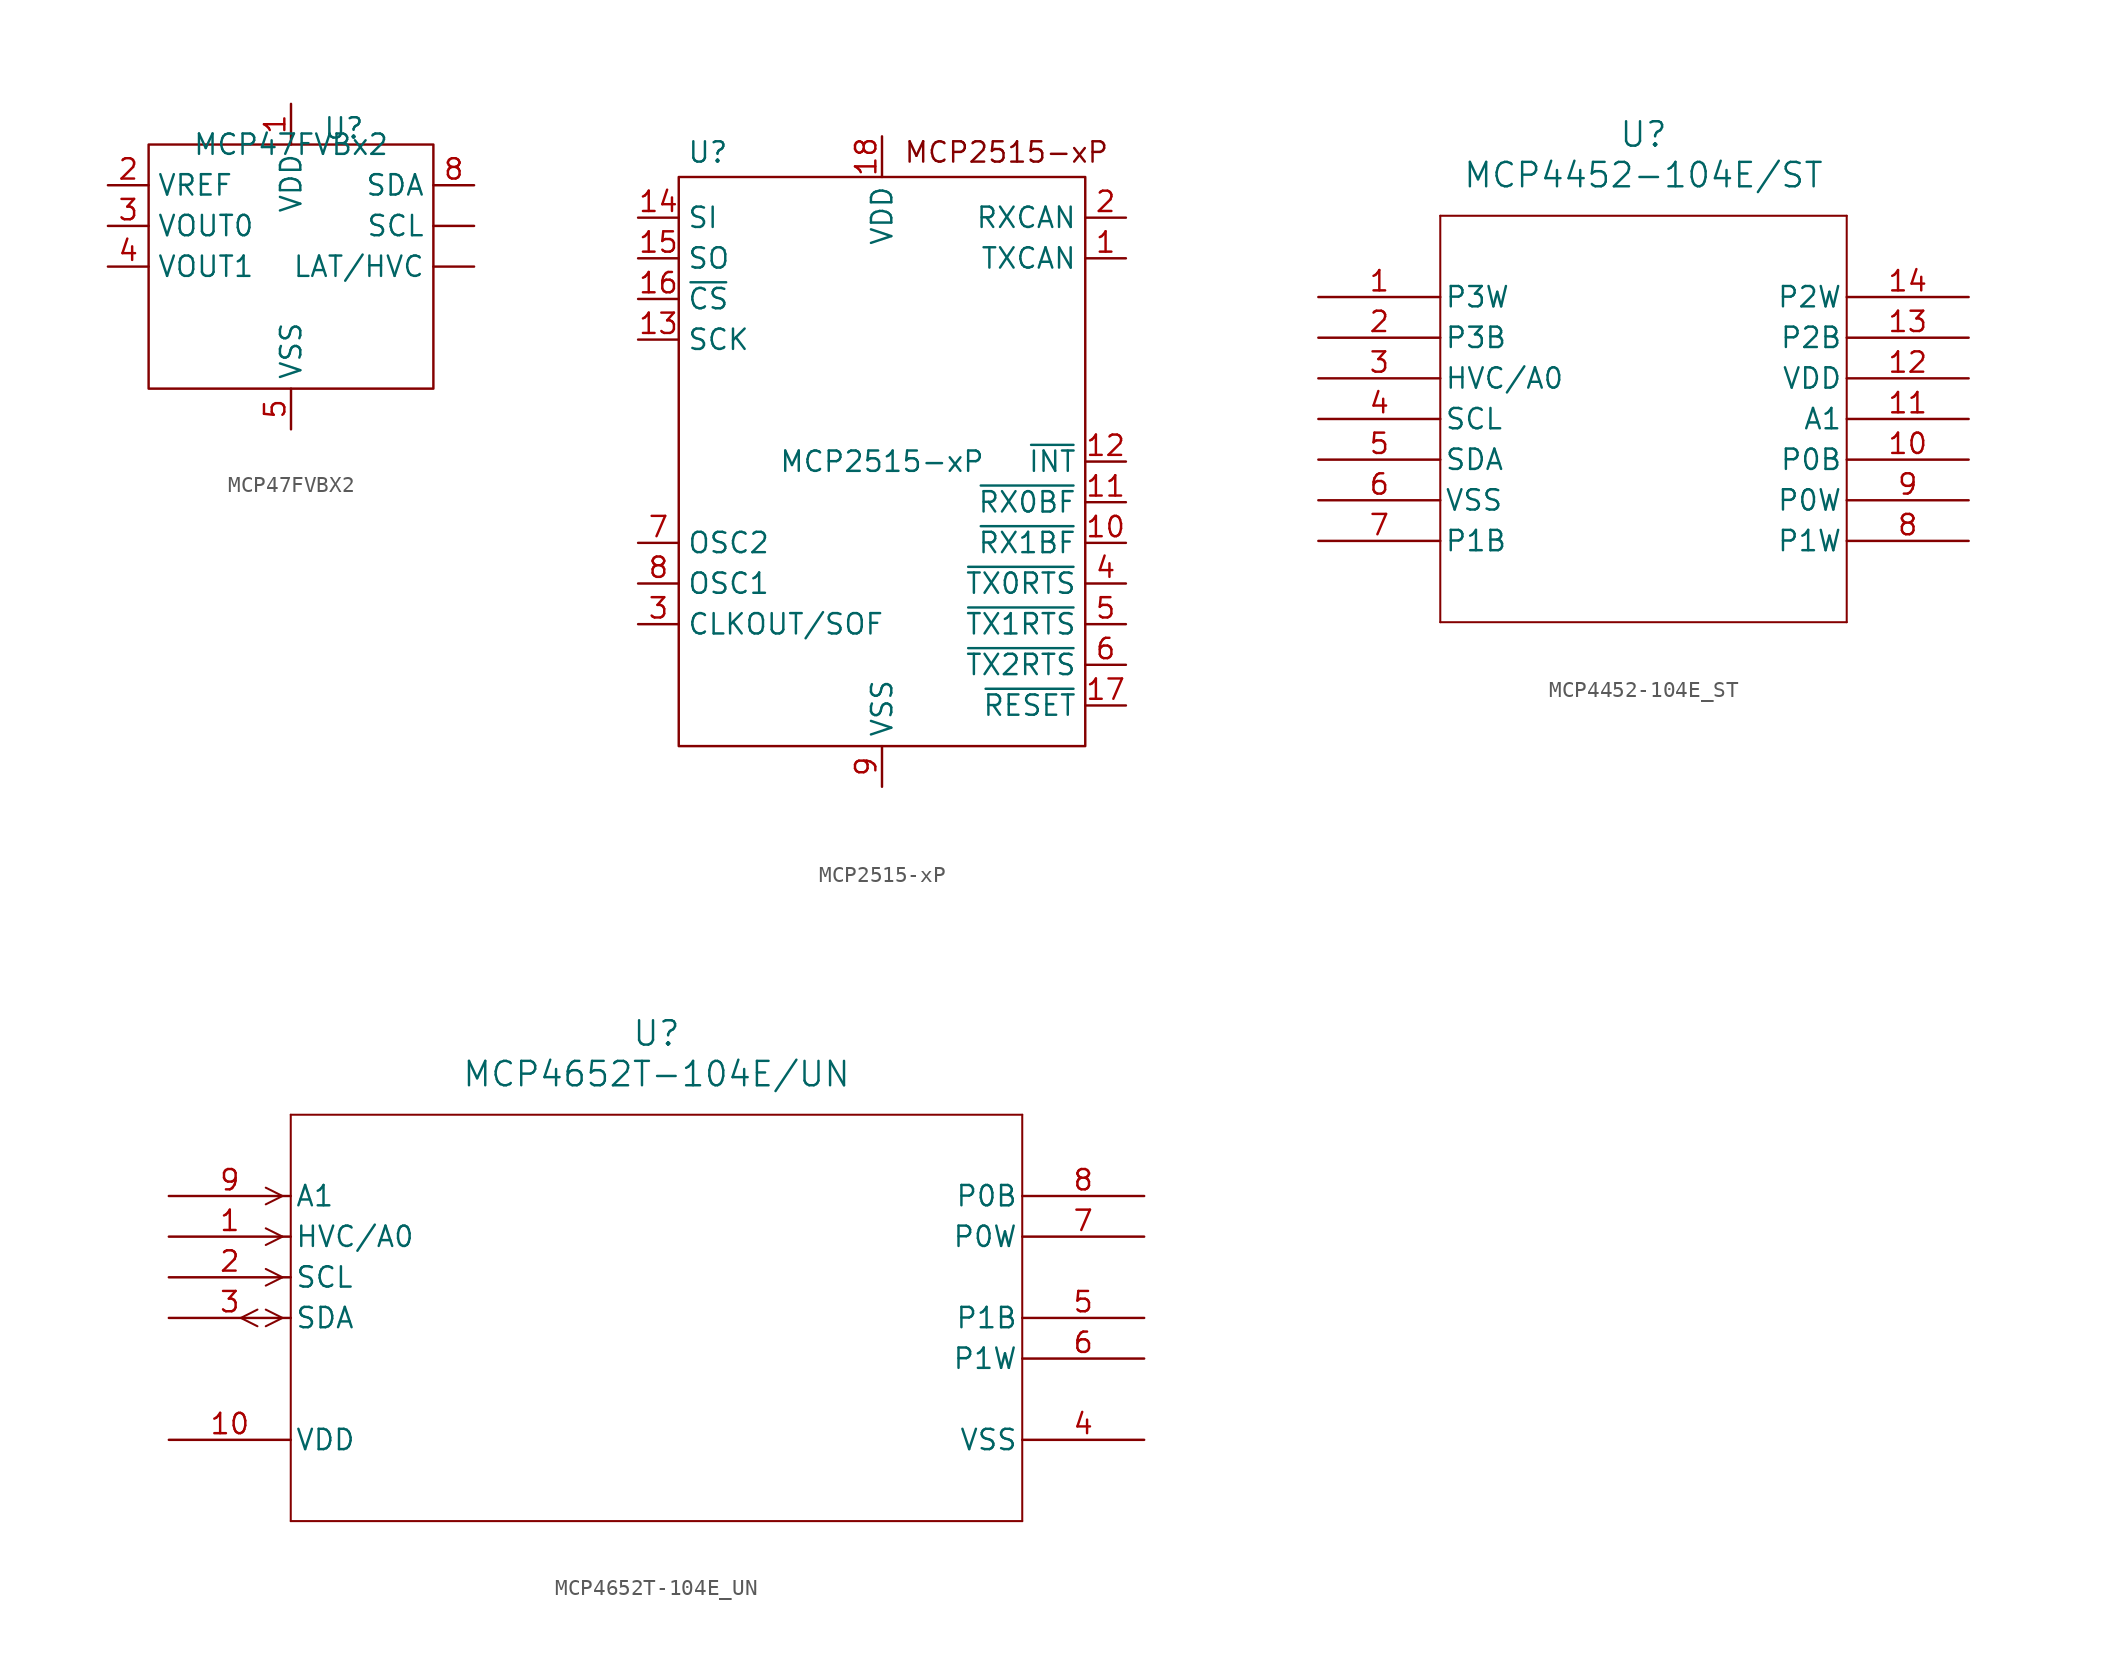
<source format=kicad_sym>
(kicad_symbol_lib
  (version 20241209)
  (generator "kicad_symbol_editor")
  (generator_version "9.0")
  (symbol "MCP47FVBX2"
    (property "Reference" "U"
      (at 3.302 1.016 0)
      (effects (font (size 1.27 1.27))))
    (property "Value" "MCP47FVBx2"
      (at 0 0 0)
      (effects (font (size 1.27 1.27))))
    (symbol "MCP47FVBX2_0_1"
      (rectangle (start -8.89 0) (end 8.89 -15.24) (stroke (width 0) (type default)) (fill (type none))))
    (symbol "MCP47FVBX2_1_1"
      (pin input line (at -11.43 -2.54 0) (length 2.54) (name "VREF" (effects (font (size 1.27 1.27)))) (number "2" (effects (font (size 1.27 1.27)))))
      (pin output line (at -11.43 -5.08 0) (length 2.54) (name "VOUT0" (effects (font (size 1.27 1.27)))) (number "3" (effects (font (size 1.27 1.27)))))
      (pin output line (at -11.43 -7.62 0) (length 2.54) (name "VOUT1" (effects (font (size 1.27 1.27)))) (number "4" (effects (font (size 1.27 1.27)))))
      (pin power_in line (at 0 2.54 270) (length 2.54) (name "VDD" (effects (font (size 1.27 1.27)))) (number "1" (effects (font (size 1.27 1.27)))))
      (pin power_in line (at 0 -17.78 90) (length 2.54) (name "VSS" (effects (font (size 1.27 1.27)))) (number "5" (effects (font (size 1.27 1.27)))))
      (pin bidirectional line (at 11.43 -2.54 180) (length 2.54) (name "SDA" (effects (font (size 1.27 1.27)))) (number "8" (effects (font (size 1.27 1.27)))))
      (pin input line (at 11.43 -5.08 180) (length 2.54) (name "SCL" (effects (font (size 1.27 1.27)))) (number "" (effects (font (size 1.27 1.27)))))
      (pin input line (at 11.43 -7.62 180) (length 2.54) (name "LAT/HVC" (effects (font (size 1.27 1.27)))) (number "" (effects (font (size 1.27 1.27)))))))
  (symbol "MCP2515-xP"
    (property "Reference" "U"
      (at -12.192 20.066 0)
      (effects (font (size 1.27 1.27)) (justify left top)))
    (property "Value" "MCP2515-xP"
      (at 0 0 0)
      (effects (font (size 1.27 1.27))))
    (symbol "MCP2515-xP_0_1"
      (rectangle (start -12.7 17.78) (end 12.7 -17.78) (stroke (width 0) (type default)) (fill (type none))))
    (symbol "MCP2515-xP_1_1"
      (text "MCP2515-xP" (at 14.224 20.066 0) (effects (font (size 1.27 1.27)) (justify right top)))
      (pin input line (at -15.24 15.24 0) (length 2.54) (name "SI" (effects (font (size 1.27 1.27)))) (number "14" (effects (font (size 1.27 1.27)))))
      (pin output line (at -15.24 12.7 0) (length 2.54) (name "SO" (effects (font (size 1.27 1.27)))) (number "15" (effects (font (size 1.27 1.27)))))
      (pin input line (at -15.24 10.16 0) (length 2.54) (name "~{CS}" (effects (font (size 1.27 1.27)))) (number "16" (effects (font (size 1.27 1.27)))))
      (pin input line (at -15.24 7.62 0) (length 2.54) (name "SCK" (effects (font (size 1.27 1.27)))) (number "13" (effects (font (size 1.27 1.27)))))
      (pin output line (at -15.24 -5.08 0) (length 2.54) (name "OSC2" (effects (font (size 1.27 1.27)))) (number "7" (effects (font (size 1.27 1.27)))))
      (pin input line (at -15.24 -7.62 0) (length 2.54) (name "OSC1" (effects (font (size 1.27 1.27)))) (number "8" (effects (font (size 1.27 1.27)))))
      (pin output line (at -15.24 -10.16 0) (length 2.54) (name "CLKOUT/SOF" (effects (font (size 1.27 1.27)))) (number "3" (effects (font (size 1.27 1.27)))))
      (pin power_in line (at 0 20.32 270) (length 2.54) (name "VDD" (effects (font (size 1.27 1.27)))) (number "18" (effects (font (size 1.27 1.27)))))
      (pin power_in line (at 0 -20.32 90) (length 2.54) (name "VSS" (effects (font (size 1.27 1.27)))) (number "9" (effects (font (size 1.27 1.27)))))
      (pin input line (at 15.24 15.24 180) (length 2.54) (name "RXCAN" (effects (font (size 1.27 1.27)))) (number "2" (effects (font (size 1.27 1.27)))))
      (pin output line (at 15.24 12.7 180) (length 2.54) (name "TXCAN" (effects (font (size 1.27 1.27)))) (number "1" (effects (font (size 1.27 1.27)))))
      (pin output line (at 15.24 0 180) (length 2.54) (name "~{INT}" (effects (font (size 1.27 1.27)))) (number "12" (effects (font (size 1.27 1.27)))))
      (pin output line (at 15.24 -2.54 180) (length 2.54) (name "~{RX0BF}" (effects (font (size 1.27 1.27)))) (number "11" (effects (font (size 1.27 1.27)))))
      (pin output line (at 15.24 -5.08 180) (length 2.54) (name "~{RX1BF}" (effects (font (size 1.27 1.27)))) (number "10" (effects (font (size 1.27 1.27)))))
      (pin input line (at 15.24 -7.62 180) (length 2.54) (name "~{TX0RTS}" (effects (font (size 1.27 1.27)))) (number "4" (effects (font (size 1.27 1.27)))))
      (pin input line (at 15.24 -10.16 180) (length 2.54) (name "~{TX1RTS}" (effects (font (size 1.27 1.27)))) (number "5" (effects (font (size 1.27 1.27)))))
      (pin input line (at 15.24 -12.7 180) (length 2.54) (name "~{TX2RTS}" (effects (font (size 1.27 1.27)))) (number "6" (effects (font (size 1.27 1.27)))))
      (pin input line (at 15.24 -15.24 180) (length 2.54) (name "~{RESET}" (effects (font (size 1.27 1.27)))) (number "17" (effects (font (size 1.27 1.27)))))))
  (symbol "MCP4452-104E_ST"
    (pin_names
      (offset 0.254))
    (property "Reference" "U"
      (at 20.32 10.16 0)
      (effects (font (size 1.524 1.524))))
    (property "Value" "MCP4452-104E/ST"
      (at 20.32 7.62 0)
      (effects (font (size 1.524 1.524))))
    (property "ki_locked" ""
      (at 0 0 0)
      (effects (font (size 1.27 1.27))))
    (symbol "MCP4452-104E_ST_0_1"
      (polyline (pts (xy 7.62 5.08) (xy 7.62 -20.32)) (stroke (width 0.127) (type default)) (fill (type none)))
      (polyline (pts (xy 7.62 -20.32) (xy 33.02 -20.32)) (stroke (width 0.127) (type default)) (fill (type none)))
      (polyline (pts (xy 33.02 5.08) (xy 7.62 5.08)) (stroke (width 0.127) (type default)) (fill (type none)))
      (polyline (pts (xy 33.02 -20.32) (xy 33.02 5.08)) (stroke (width 0.127) (type default)) (fill (type none)))
      (pin unspecified line (at 0 0 0) (length 7.62) (name "P3W" (effects (font (size 1.27 1.27)))) (number "1" (effects (font (size 1.27 1.27)))))
      (pin unspecified line (at 0 -2.54 0) (length 7.62) (name "P3B" (effects (font (size 1.27 1.27)))) (number "2" (effects (font (size 1.27 1.27)))))
      (pin input line (at 0 -5.08 0) (length 7.62) (name "HVC/A0" (effects (font (size 1.27 1.27)))) (number "3" (effects (font (size 1.27 1.27)))))
      (pin input line (at 0 -7.62 0) (length 7.62) (name "SCL" (effects (font (size 1.27 1.27)))) (number "4" (effects (font (size 1.27 1.27)))))
      (pin input line (at 0 -10.16 0) (length 7.62) (name "SDA" (effects (font (size 1.27 1.27)))) (number "5" (effects (font (size 1.27 1.27)))))
      (pin power_in line (at 0 -12.7 0) (length 7.62) (name "VSS" (effects (font (size 1.27 1.27)))) (number "6" (effects (font (size 1.27 1.27)))))
      (pin unspecified line (at 0 -15.24 0) (length 7.62) (name "P1B" (effects (font (size 1.27 1.27)))) (number "7" (effects (font (size 1.27 1.27)))))
      (pin unspecified line (at 40.64 0 180) (length 7.62) (name "P2W" (effects (font (size 1.27 1.27)))) (number "14" (effects (font (size 1.27 1.27)))))
      (pin unspecified line (at 40.64 -2.54 180) (length 7.62) (name "P2B" (effects (font (size 1.27 1.27)))) (number "13" (effects (font (size 1.27 1.27)))))
      (pin power_in line (at 40.64 -5.08 180) (length 7.62) (name "VDD" (effects (font (size 1.27 1.27)))) (number "12" (effects (font (size 1.27 1.27)))))
      (pin input line (at 40.64 -7.62 180) (length 7.62) (name "A1" (effects (font (size 1.27 1.27)))) (number "11" (effects (font (size 1.27 1.27)))))
      (pin unspecified line (at 40.64 -10.16 180) (length 7.62) (name "P0B" (effects (font (size 1.27 1.27)))) (number "10" (effects (font (size 1.27 1.27)))))
      (pin unspecified line (at 40.64 -12.7 180) (length 7.62) (name "P0W" (effects (font (size 1.27 1.27)))) (number "9" (effects (font (size 1.27 1.27)))))
      (pin unspecified line (at 40.64 -15.24 180) (length 7.62) (name "P1W" (effects (font (size 1.27 1.27)))) (number "8" (effects (font (size 1.27 1.27)))))))
  (symbol "MCP4652T-104E_UN"
    (pin_names
      (offset 0.254))
    (property "Reference" "U"
      (at 30.48 10.16 0)
      (effects (font (size 1.524 1.524))))
    (property "Value" "MCP4652T-104E/UN"
      (at 30.48 7.62 0)
      (effects (font (size 1.524 1.524))))
    (property "ki_locked" ""
      (at 0 0 0)
      (effects (font (size 1.27 1.27))))
    (symbol "MCP4652T-104E_UN_0_1"
      (polyline (pts (xy 5.537 -7.099) (xy 4.496 -7.62)) (stroke (width 0.127) (type default)) (fill (type none)))
      (polyline (pts (xy 5.537 -8.141) (xy 4.496 -7.62)) (stroke (width 0.127) (type default)) (fill (type none)))
      (polyline (pts (xy 7.099 0) (xy 6.058 0.521)) (stroke (width 0.127) (type default)) (fill (type none)))
      (polyline (pts (xy 7.099 0) (xy 6.058 -0.521)) (stroke (width 0.127) (type default)) (fill (type none)))
      (polyline (pts (xy 7.099 -2.54) (xy 6.058 -2.019)) (stroke (width 0.127) (type default)) (fill (type none)))
      (polyline (pts (xy 7.099 -2.54) (xy 6.058 -3.061)) (stroke (width 0.127) (type default)) (fill (type none)))
      (polyline (pts (xy 7.099 -5.08) (xy 6.058 -4.559)) (stroke (width 0.127) (type default)) (fill (type none)))
      (polyline (pts (xy 7.099 -5.08) (xy 6.058 -5.601)) (stroke (width 0.127) (type default)) (fill (type none)))
      (polyline (pts (xy 7.099 -7.62) (xy 6.058 -7.099)) (stroke (width 0.127) (type default)) (fill (type none)))
      (polyline (pts (xy 7.099 -7.62) (xy 6.058 -8.141)) (stroke (width 0.127) (type default)) (fill (type none)))
      (polyline (pts (xy 7.62 5.08) (xy 7.62 -20.32)) (stroke (width 0.127) (type default)) (fill (type none)))
      (polyline (pts (xy 7.62 -20.32) (xy 53.34 -20.32)) (stroke (width 0.127) (type default)) (fill (type none)))
      (polyline (pts (xy 53.34 5.08) (xy 7.62 5.08)) (stroke (width 0.127) (type default)) (fill (type none)))
      (polyline (pts (xy 53.34 -20.32) (xy 53.34 5.08)) (stroke (width 0.127) (type default)) (fill (type none)))
      (pin input line (at 0 0 0) (length 7.62) (name "A1" (effects (font (size 1.27 1.27)))) (number "9" (effects (font (size 1.27 1.27)))))
      (pin input line (at 0 -2.54 0) (length 7.62) (name "HVC/A0" (effects (font (size 1.27 1.27)))) (number "1" (effects (font (size 1.27 1.27)))))
      (pin input line (at 0 -5.08 0) (length 7.62) (name "SCL" (effects (font (size 1.27 1.27)))) (number "2" (effects (font (size 1.27 1.27)))))
      (pin bidirectional line (at 0 -7.62 0) (length 7.62) (name "SDA" (effects (font (size 1.27 1.27)))) (number "3" (effects (font (size 1.27 1.27)))))
      (pin power_in line (at 0 -15.24 0) (length 7.62) (name "VDD" (effects (font (size 1.27 1.27)))) (number "10" (effects (font (size 1.27 1.27)))))
      (pin unspecified line (at 60.96 0 180) (length 7.62) (name "P0B" (effects (font (size 1.27 1.27)))) (number "8" (effects (font (size 1.27 1.27)))))
      (pin unspecified line (at 60.96 -2.54 180) (length 7.62) (name "P0W" (effects (font (size 1.27 1.27)))) (number "7" (effects (font (size 1.27 1.27)))))
      (pin unspecified line (at 60.96 -7.62 180) (length 7.62) (name "P1B" (effects (font (size 1.27 1.27)))) (number "5" (effects (font (size 1.27 1.27)))))
      (pin unspecified line (at 60.96 -10.16 180) (length 7.62) (name "P1W" (effects (font (size 1.27 1.27)))) (number "6" (effects (font (size 1.27 1.27)))))
      (pin power_in line (at 60.96 -15.24 180) (length 7.62) (name "VSS" (effects (font (size 1.27 1.27)))) (number "4" (effects (font (size 1.27 1.27))))))))
</source>
